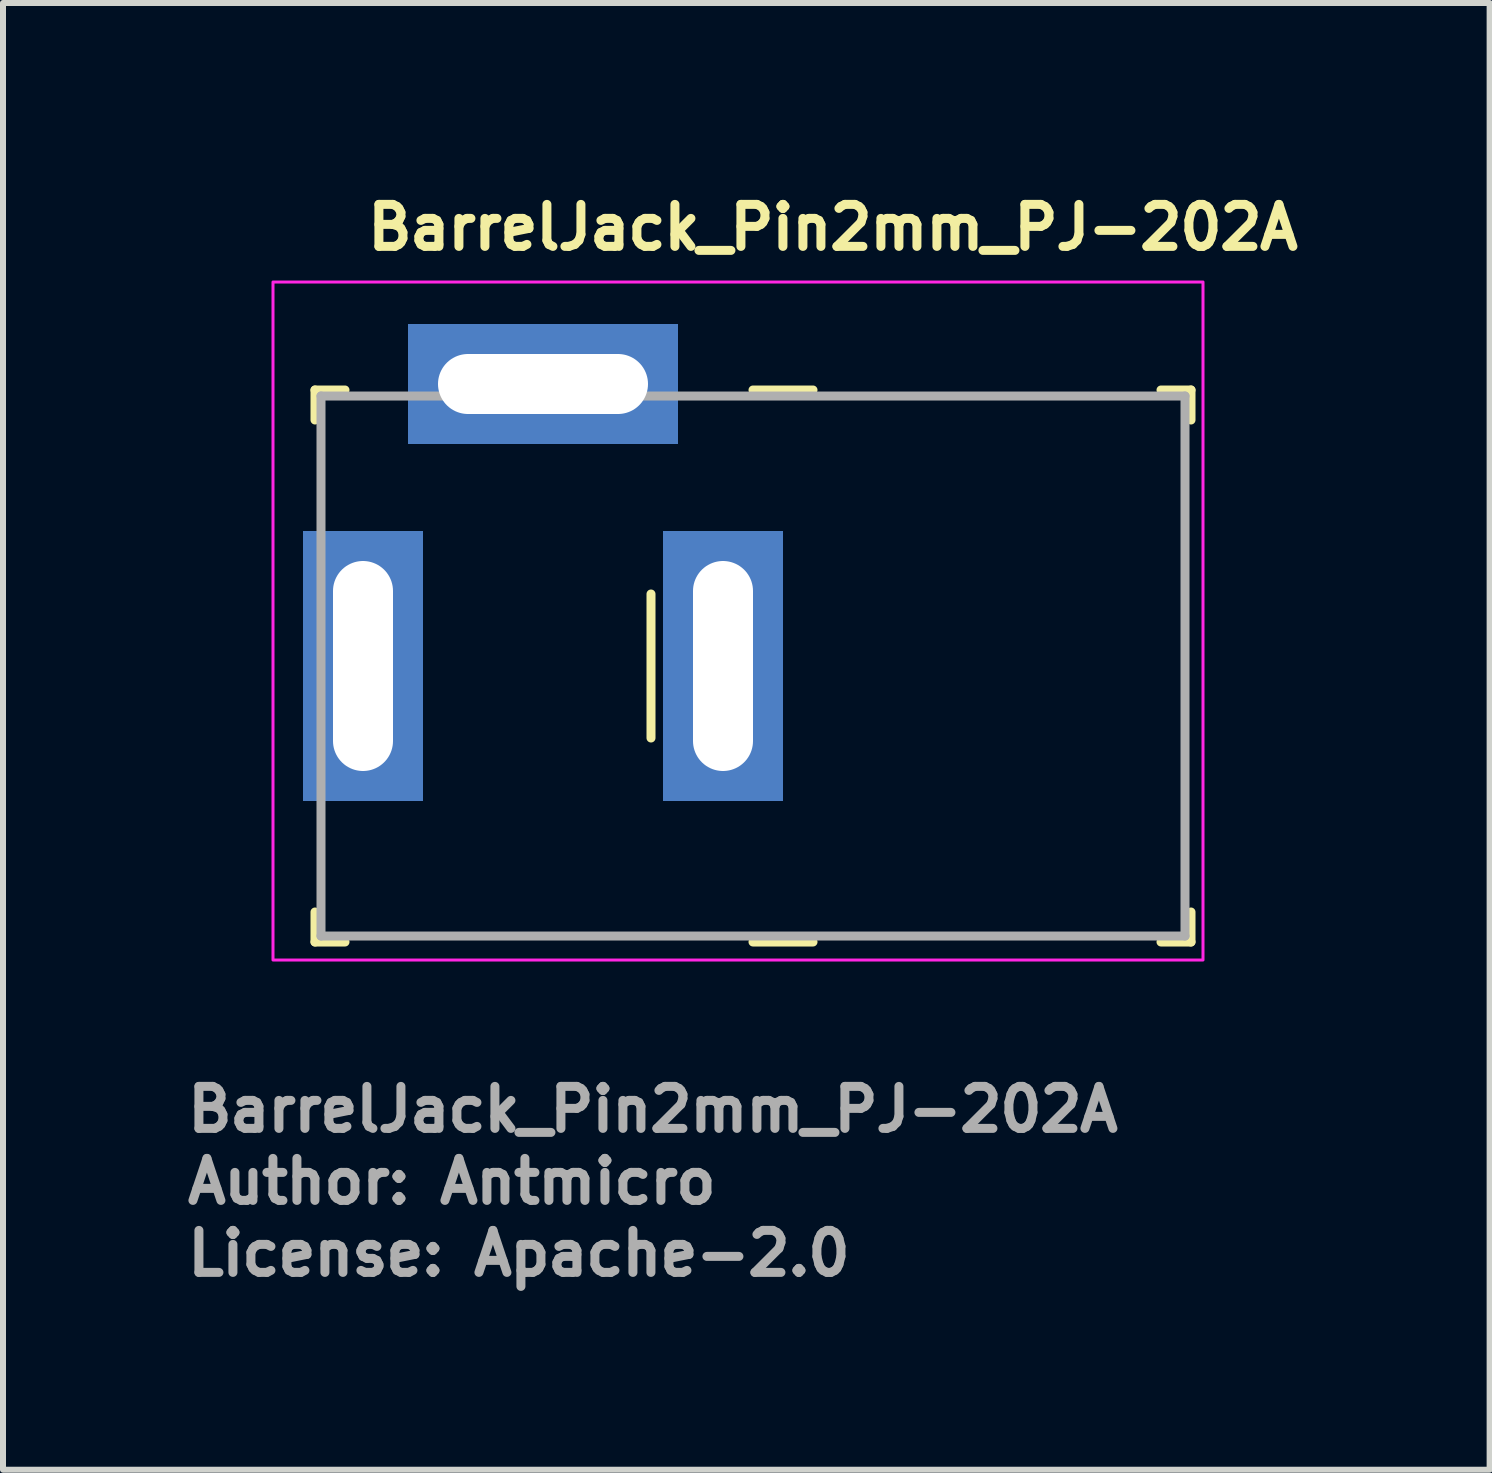
<source format=kicad_pcb>
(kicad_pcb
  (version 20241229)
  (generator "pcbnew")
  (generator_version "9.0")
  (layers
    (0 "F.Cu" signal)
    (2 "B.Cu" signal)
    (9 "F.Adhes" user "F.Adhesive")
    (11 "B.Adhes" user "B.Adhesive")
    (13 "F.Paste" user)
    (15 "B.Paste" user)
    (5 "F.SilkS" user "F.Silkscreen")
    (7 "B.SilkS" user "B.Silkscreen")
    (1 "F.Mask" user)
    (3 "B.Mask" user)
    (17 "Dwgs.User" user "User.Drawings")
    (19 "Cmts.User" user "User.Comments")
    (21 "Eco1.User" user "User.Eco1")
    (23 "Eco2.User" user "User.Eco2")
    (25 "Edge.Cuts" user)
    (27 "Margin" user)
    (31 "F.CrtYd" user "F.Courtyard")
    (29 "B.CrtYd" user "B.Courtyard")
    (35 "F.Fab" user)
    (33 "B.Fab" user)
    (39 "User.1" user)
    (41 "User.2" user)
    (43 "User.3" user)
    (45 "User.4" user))
  (footprint "BarrelJack_Pin2mm_PJ-202A"
    (layer "F.Cu")
    (at 3 8.05)
    (property "Reference" "BarrelJack_Pin2mm_PJ-202A" (at 0 -6.9 0) (layer "F.SilkS") (effects (font (size 0.7 0.7) (thickness 0.15)) (justify left bottom)))
    (attr through_hole)
    (fp_line (start -0.8 -4.6) (end -0.8 -4.1) (stroke (width 0.15) (type solid)) (layer "F.SilkS"))
    (fp_line (start -0.8 -4.6) (end -0.3 -4.6) (stroke (width 0.15) (type solid)) (layer "F.SilkS"))
    (fp_line (start -0.8 4.6) (end -0.8 4.1) (stroke (width 0.15) (type solid)) (layer "F.SilkS"))
    (fp_line (start -0.8 4.6) (end -0.3 4.6) (stroke (width 0.15) (type solid)) (layer "F.SilkS"))
    (fp_line (start 4.8 -1.2) (end 4.8 1.2) (stroke (width 0.15) (type solid)) (layer "F.SilkS"))
    (fp_line (start 6.5 -4.6) (end 7.5 -4.6) (stroke (width 0.15) (type solid)) (layer "F.SilkS"))
    (fp_line (start 6.5 4.6) (end 7.5 4.6) (stroke (width 0.15) (type solid)) (layer "F.SilkS"))
    (fp_line (start 13.8 -4.6) (end 13.3 -4.6) (stroke (width 0.15) (type solid)) (layer "F.SilkS"))
    (fp_line (start 13.8 -4.6) (end 13.8 -4.1) (stroke (width 0.15) (type solid)) (layer "F.SilkS"))
    (fp_line (start 13.8 4.6) (end 13.3 4.6) (stroke (width 0.15) (type solid)) (layer "F.SilkS"))
    (fp_line (start 13.8 4.6) (end 13.8 4.1) (stroke (width 0.15) (type solid)) (layer "F.SilkS"))
    (fp_rect (start -1.5 -6.4) (end 14 4.9) (stroke (width 0.05) (type solid)) (fill no) (layer "F.CrtYd"))
    (fp_line (start -0.7 -4.5) (end -0.7 4.5) (stroke (width 0.15) (type solid)) (layer "F.Fab"))
    (fp_line (start -0.7 -4.5) (end 13.7 -4.5) (stroke (width 0.15) (type solid)) (layer "F.Fab"))
    (fp_line (start -0.7 4.5) (end 13.7 4.5) (stroke (width 0.15) (type solid)) (layer "F.Fab"))
    (fp_line (start 13.7 -4.5) (end 13.7 4.5) (stroke (width 0.15) (type solid)) (layer "F.Fab"))
    (fp_rect (start -0.8 -4.9) (end 13.6 4.5) (stroke (width 0.1) (type solid)) (fill no) (layer "User.5"))
    (fp_line (start -0.8 -1.5) (end -0.8 -4.5) (stroke (width 0.02) (type solid)) (layer "User.9"))
    (fp_line (start -0.8 4.5) (end -0.8 1.5) (stroke (width 0.02) (type solid)) (layer "User.9"))
    (fp_line (start -0.3 -1.5) (end -0.8 -1.5) (stroke (width 0.02) (type solid)) (layer "User.9"))
    (fp_line (start -0.3 -1.5) (end -0.183 -1.5) (stroke (width 0.02) (type solid)) (layer "User.9"))
    (fp_line (start -0.3 1.5) (end -0.8 1.5) (stroke (width 0.02) (type solid)) (layer "User.9"))
    (fp_line (start -0.3 1.5) (end -0.3 -1.5) (stroke (width 0.02) (type solid)) (layer "User.9"))
    (fp_line (start -0.183 -1.5) (end -0.183 -1.5) (stroke (width 0.02) (type solid)) (layer "User.9"))
    (fp_line (start -0.183 -1.5) (end 0.1 -1.5) (stroke (width 0.02) (type solid)) (layer "User.9"))
    (fp_line (start -0.183 1.5) (end -0.3 1.5) (stroke (width 0.02) (type solid)) (layer "User.9"))
    (fp_line (start -0.183 1.5) (end -0.183 1.5) (stroke (width 0.02) (type solid)) (layer "User.9"))
    (fp_line (start 0.1 -4.5) (end -0.8 -4.5) (stroke (width 0.02) (type solid)) (layer "User.9"))
    (fp_line (start 0.1 -4.5) (end 0.1 -4.1) (stroke (width 0.02) (type solid)) (layer "User.9"))
    (fp_line (start 0.1 -4.5) (end 10.1 -4.5) (stroke (width 0.02) (type solid)) (layer "User.9"))
    (fp_line (start 0.1 -4.1) (end 0.1 -3.997) (stroke (width 0.02) (type solid)) (layer "User.9"))
    (fp_line (start 0.1 -4.1) (end 10.1 -4.1) (stroke (width 0.02) (type solid)) (layer "User.9"))
    (fp_line (start 0.1 -3.997) (end 0.1 -3.997) (stroke (width 0.02) (type solid)) (layer "User.9"))
    (fp_line (start 0.1 -3.997) (end 0.1 -3.694) (stroke (width 0.02) (type solid)) (layer "User.9"))
    (fp_line (start 0.1 -3.694) (end 0.1 -3.694) (stroke (width 0.02) (type solid)) (layer "User.9"))
    (fp_line (start 0.1 -3.694) (end 0.1 -3.206) (stroke (width 0.02) (type solid)) (layer "User.9"))
    (fp_line (start 0.1 -3.206) (end 0.1 -3.206) (stroke (width 0.02) (type solid)) (layer "User.9"))
    (fp_line (start 0.1 -3.206) (end 0.1 -2.556) (stroke (width 0.02) (type solid)) (layer "User.9"))
    (fp_line (start 0.1 -2.556) (end 0.1 -2.556) (stroke (width 0.02) (type solid)) (layer "User.9"))
    (fp_line (start 0.1 -2.556) (end 0.1 -1.779) (stroke (width 0.02) (type solid)) (layer "User.9"))
    (fp_line (start 0.1 -1.779) (end 0.1 -1.779) (stroke (width 0.02) (type solid)) (layer "User.9"))
    (fp_line (start 0.1 -1.779) (end 0.1 -0.912) (stroke (width 0.02) (type solid)) (layer "User.9"))
    (fp_line (start 0.1 -0.912) (end 0.1 -0.912) (stroke (width 0.02) (type solid)) (layer "User.9"))
    (fp_line (start 0.1 -0.912) (end 0.1 0) (stroke (width 0.02) (type solid)) (layer "User.9"))
    (fp_line (start 0.1 0) (end 0.1 0) (stroke (width 0.02) (type solid)) (layer "User.9"))
    (fp_line (start 0.1 0) (end 0.1 0.912) (stroke (width 0.02) (type solid)) (layer "User.9"))
    (fp_line (start 0.1 0.912) (end 0.1 0.912) (stroke (width 0.02) (type solid)) (layer "User.9"))
    (fp_line (start 0.1 0.912) (end 0.1 1.779) (stroke (width 0.02) (type solid)) (layer "User.9"))
    (fp_line (start 0.1 1.5) (end -0.183 1.5) (stroke (width 0.02) (type solid)) (layer "User.9"))
    (fp_line (start 0.1 1.779) (end 0.1 1.779) (stroke (width 0.02) (type solid)) (layer "User.9"))
    (fp_line (start 0.1 1.779) (end 0.1 2.556) (stroke (width 0.02) (type solid)) (layer "User.9"))
    (fp_line (start 0.1 2.556) (end 0.1 2.556) (stroke (width 0.02) (type solid)) (layer "User.9"))
    (fp_line (start 0.1 2.556) (end 0.1 3.206) (stroke (width 0.02) (type solid)) (layer "User.9"))
    (fp_line (start 0.1 3.206) (end 0.1 3.206) (stroke (width 0.02) (type solid)) (layer "User.9"))
    (fp_line (start 0.1 3.206) (end 0.1 3.694) (stroke (width 0.02) (type solid)) (layer "User.9"))
    (fp_line (start 0.1 3.694) (end 0.1 3.694) (stroke (width 0.02) (type solid)) (layer "User.9"))
    (fp_line (start 0.1 3.694) (end 0.1 3.997) (stroke (width 0.02) (type solid)) (layer "User.9"))
    (fp_line (start 0.1 3.997) (end 0.1 3.997) (stroke (width 0.02) (type solid)) (layer "User.9"))
    (fp_line (start 0.1 3.997) (end 0.1 4.1) (stroke (width 0.02) (type solid)) (layer "User.9"))
    (fp_line (start 0.1 4.1) (end 0.1 4.5) (stroke (width 0.02) (type solid)) (layer "User.9"))
    (fp_line (start 0.1 4.1) (end 10.1 4.1) (stroke (width 0.02) (type solid)) (layer "User.9"))
    (fp_line (start 0.1 4.5) (end -0.8 4.5) (stroke (width 0.02) (type solid)) (layer "User.9"))
    (fp_line (start 0.1 4.5) (end 10.1 4.5) (stroke (width 0.02) (type solid)) (layer "User.9"))
    (fp_line (start 1.65 -4.9) (end 4.15 -4.9) (stroke (width 0.02) (type solid)) (layer "User.9"))
    (fp_line (start 1.65 -4.783) (end 1.65 -4.9) (stroke (width 0.02) (type solid)) (layer "User.9"))
    (fp_line (start 1.65 -4.783) (end 1.65 -4.783) (stroke (width 0.02) (type solid)) (layer "User.9"))
    (fp_line (start 1.65 -4.5) (end 1.65 -4.783) (stroke (width 0.02) (type solid)) (layer "User.9"))
    (fp_line (start 4.15 -4.9) (end 4.15 -4.783) (stroke (width 0.02) (type solid)) (layer "User.9"))
    (fp_line (start 4.15 -4.783) (end 4.15 -4.783) (stroke (width 0.02) (type solid)) (layer "User.9"))
    (fp_line (start 4.15 -4.783) (end 4.15 -4.5) (stroke (width 0.02) (type solid)) (layer "User.9"))
    (fp_line (start 10.1 -4.5) (end 10.1 4.5) (stroke (width 0.02) (type solid)) (layer "User.9"))
    (fp_line (start 10.1 -4.5) (end 11.1 -4.5) (stroke (width 0.02) (type solid)) (layer "User.9"))
    (fp_line (start 10.1 4.5) (end 11.1 4.5) (stroke (width 0.02) (type solid)) (layer "User.9"))
    (fp_line (start 11.1 -4.5) (end 11.1 4.5) (stroke (width 0.02) (type solid)) (layer "User.9"))
    (fp_line (start 11.1 3) (end 12.6 3) (stroke (width 0.02) (type solid)) (layer "User.9"))
    (fp_line (start 11.1 4.5) (end 12.6 4.5) (stroke (width 0.02) (type solid)) (layer "User.9"))
    (fp_line (start 12.6 -4.5) (end 11.1 -4.5) (stroke (width 0.02) (type solid)) (layer "User.9"))
    (fp_line (start 12.6 -4.5) (end 13.6 -4.5) (stroke (width 0.02) (type solid)) (layer "User.9"))
    (fp_line (start 12.6 -3) (end 11.1 -3) (stroke (width 0.02) (type solid)) (layer "User.9"))
    (fp_line (start 12.6 4.5) (end 12.6 -4.5) (stroke (width 0.02) (type solid)) (layer "User.9"))
    (fp_line (start 12.6 4.5) (end 13.6 4.5) (stroke (width 0.02) (type solid)) (layer "User.9"))
    (fp_line (start 13.6 -4.5) (end 13.6 4.5) (stroke (width 0.02) (type solid)) (layer "User.9"))
    (fp_text user "Author: Antmicro" (at -3 9 0) (layer "F.Fab") (effects (font (size 0.7 0.7) (thickness 0.15)) (justify left bottom)))
    (fp_text user "${REFERENCE}" (at -3 7.8 0) (layer "F.Fab") (effects (font (size 0.7 0.7) (thickness 0.15)) (justify left bottom)))
    (fp_text user "License: Apache-2.0" (at -3 10.2 0) (layer "F.Fab") (effects (font (size 0.7 0.7) (thickness 0.15)) (justify left bottom)))
    (pad "1" thru_hole rect (at 0 0 270) (size 4.5 2) (drill oval 3.5 1) (layers "*.Cu" "*.Mask"))
    (pad "2" thru_hole rect (at 6 0 270) (size 4.5 2) (drill oval 3.5 1) (layers "*.Cu" "*.Mask"))
    (pad "3" thru_hole rect (at 3 -4.7 270) (size 2 4.5) (drill oval 1 3.5) (layers "*.Cu" "*.Mask")))
  (gr_rect
    (start -3 -3)
    (end 21.777 21.445)
    (stroke (width 0.1) (type default))
    (fill no)
    (layer "Edge.Cuts")))
</source>
